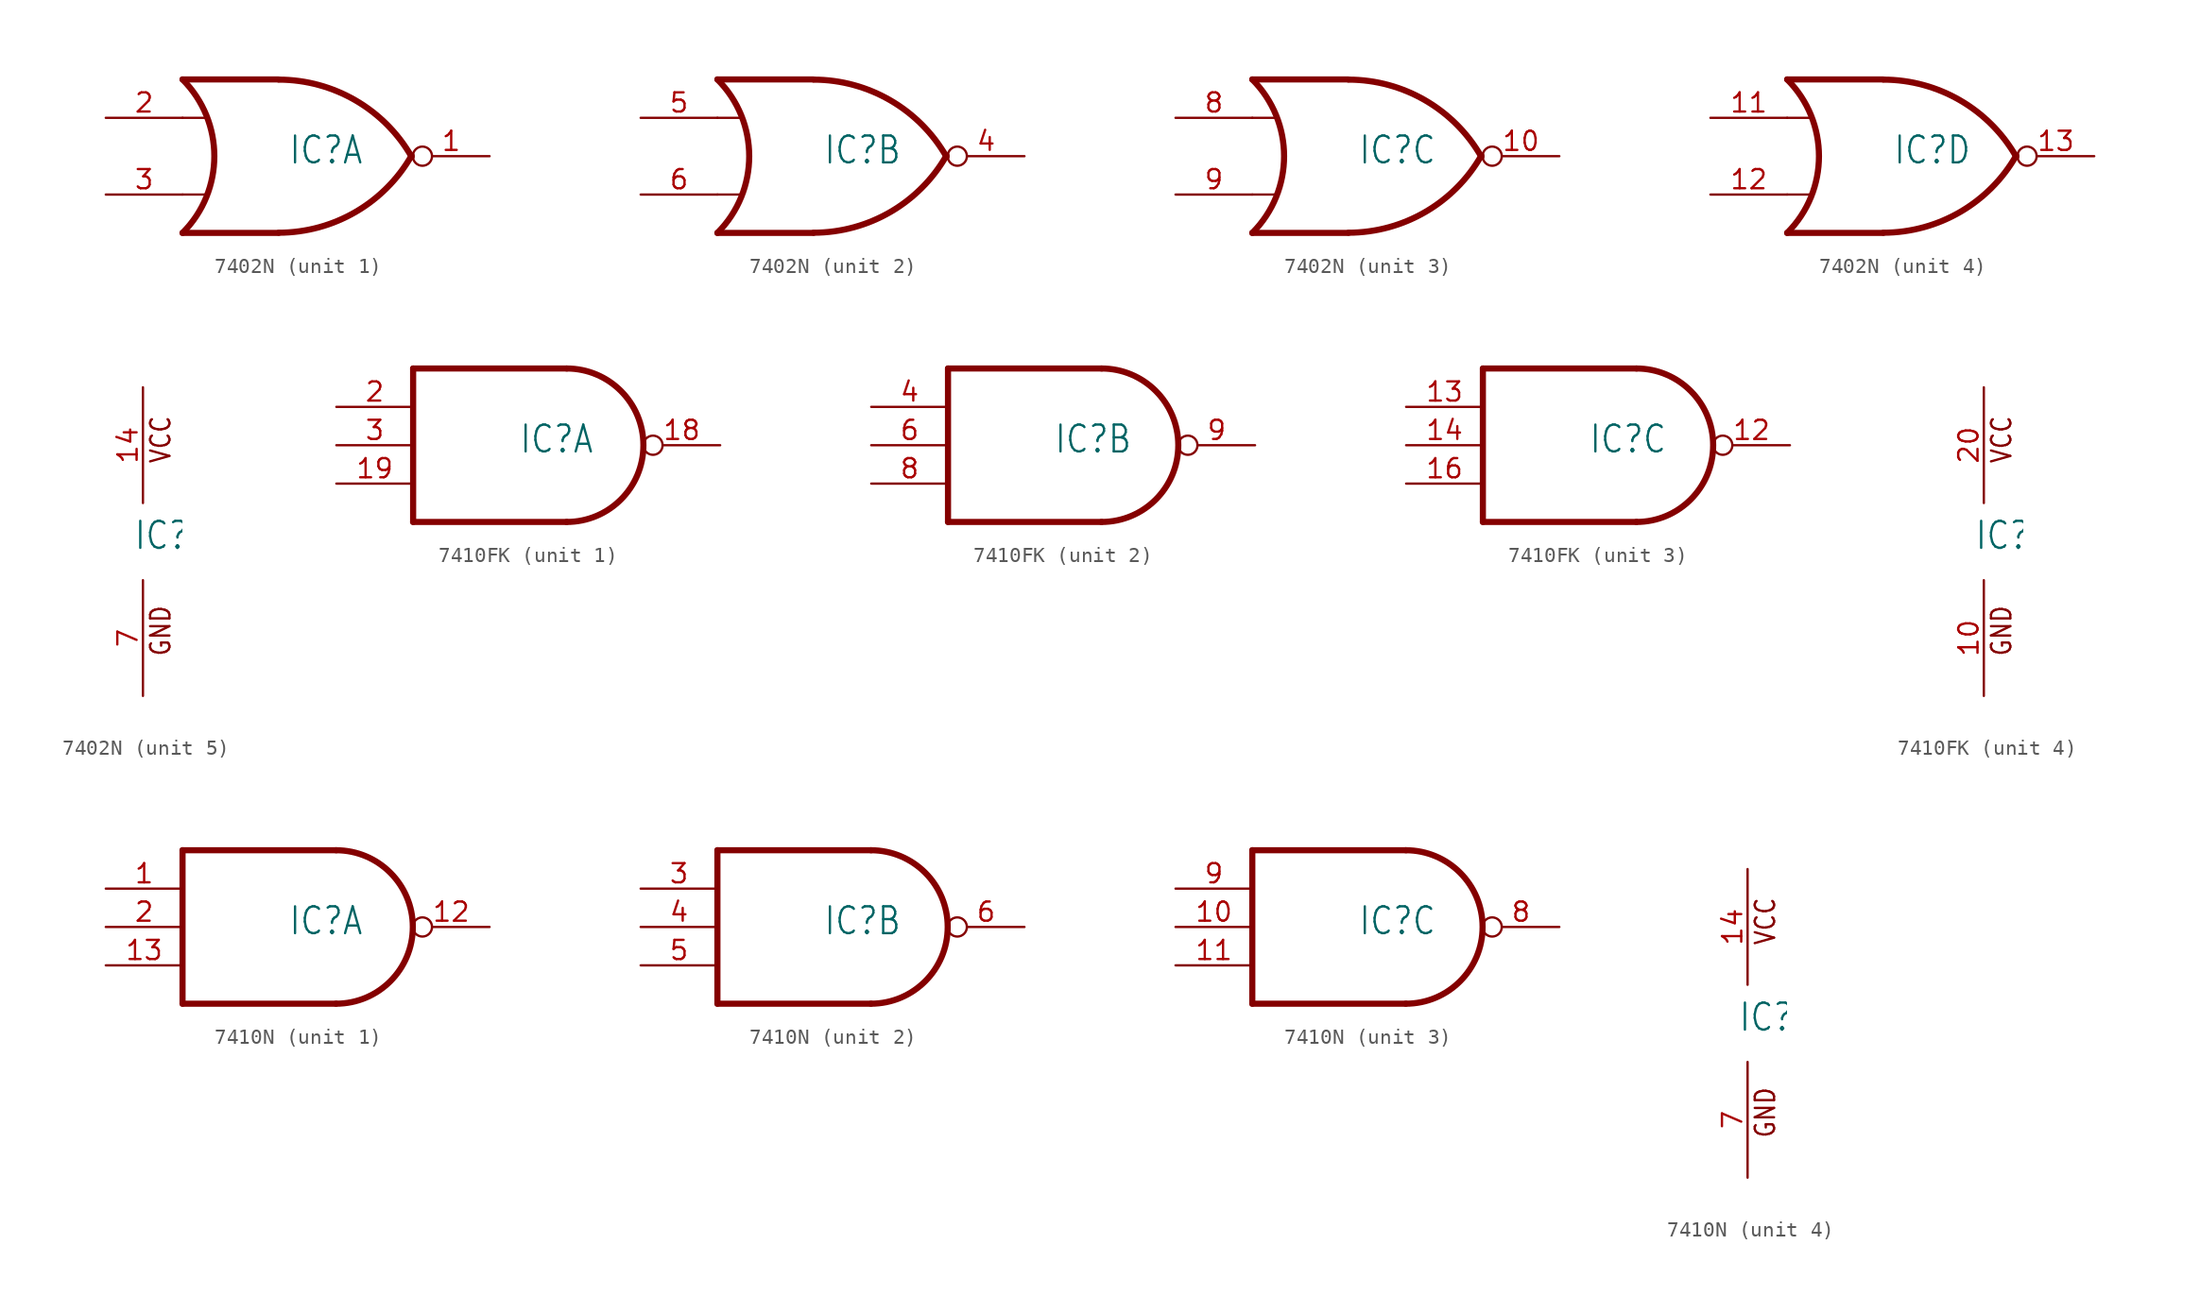
<source format=kicad_sym>
(kicad_symbol_lib
  (version 20211014)
  (generator kicad_symbol_editor)
  (symbol "7402N"
    (property "Reference" "IC"
      (at -0.635 -0.635 0)
      (effects (font (size 1.778 1.511)) (justify left bottom)))
    (property "ki_locked" ""
      (at 0 0 0)
      (effects (font (size 1.27 1.27))))
    (symbol "7402N_1_0"
      (arc (start -7.62 -5.08) (mid -5.5158 0) (end -7.62 5.08) (stroke (width 0.4064) (type default) (color 0 0 0 0)) (fill (type none)))
      (arc (start -1.2446 -5.0678) (mid 3.8372 -3.689) (end 7.5439 0.0507) (stroke (width 0.4064) (type default) (color 0 0 0 0)) (fill (type none)))
      (polyline (pts (xy -7.62 -2.54) (xy -6.096 -2.54)) (stroke (width 0.152) (type default) (color 0 0 0 0)) (fill (type none)))
      (polyline (pts (xy -7.62 2.54) (xy -6.096 2.54)) (stroke (width 0.152) (type default) (color 0 0 0 0)) (fill (type none)))
      (polyline (pts (xy -1.27 -5.08) (xy -7.62 -5.08)) (stroke (width 0.406) (type default) (color 0 0 0 0)) (fill (type none)))
      (polyline (pts (xy -1.27 5.08) (xy -7.62 5.08)) (stroke (width 0.406) (type default) (color 0 0 0 0)) (fill (type none)))
      (arc (start 7.5442 -0.0505) (mid 3.8373 3.6892) (end -1.2446 5.0678) (stroke (width 0.4064) (type default) (color 0 0 0 0)) (fill (type none)))
      (pin output inverted (at 12.7 0 180) (length 5.08) (name "O" (effects (font (size 0 0)))) (number "1" (effects (font (size 1.27 1.27)))))
      (pin input line (at -12.7 2.54 0) (length 5.08) (name "I0" (effects (font (size 0 0)))) (number "2" (effects (font (size 1.27 1.27)))))
      (pin input line (at -12.7 -2.54 0) (length 5.08) (name "I1" (effects (font (size 0 0)))) (number "3" (effects (font (size 1.27 1.27))))))
    (symbol "7402N_2_0"
      (arc (start -7.62 -5.08) (mid -5.5158 0) (end -7.62 5.08) (stroke (width 0.4064) (type default) (color 0 0 0 0)) (fill (type none)))
      (arc (start -1.2446 -5.0678) (mid 3.8372 -3.689) (end 7.5439 0.0507) (stroke (width 0.4064) (type default) (color 0 0 0 0)) (fill (type none)))
      (polyline (pts (xy -7.62 -2.54) (xy -6.096 -2.54)) (stroke (width 0.152) (type default) (color 0 0 0 0)) (fill (type none)))
      (polyline (pts (xy -7.62 2.54) (xy -6.096 2.54)) (stroke (width 0.152) (type default) (color 0 0 0 0)) (fill (type none)))
      (polyline (pts (xy -1.27 -5.08) (xy -7.62 -5.08)) (stroke (width 0.406) (type default) (color 0 0 0 0)) (fill (type none)))
      (polyline (pts (xy -1.27 5.08) (xy -7.62 5.08)) (stroke (width 0.406) (type default) (color 0 0 0 0)) (fill (type none)))
      (arc (start 7.5442 -0.0505) (mid 3.8373 3.6892) (end -1.2446 5.0678) (stroke (width 0.4064) (type default) (color 0 0 0 0)) (fill (type none)))
      (pin output inverted (at 12.7 0 180) (length 5.08) (name "O" (effects (font (size 0 0)))) (number "4" (effects (font (size 1.27 1.27)))))
      (pin input line (at -12.7 2.54 0) (length 5.08) (name "I0" (effects (font (size 0 0)))) (number "5" (effects (font (size 1.27 1.27)))))
      (pin input line (at -12.7 -2.54 0) (length 5.08) (name "I1" (effects (font (size 0 0)))) (number "6" (effects (font (size 1.27 1.27))))))
    (symbol "7402N_3_0"
      (arc (start -7.62 -5.08) (mid -5.5158 0) (end -7.62 5.08) (stroke (width 0.4064) (type default) (color 0 0 0 0)) (fill (type none)))
      (arc (start -1.2446 -5.0678) (mid 3.8372 -3.689) (end 7.5439 0.0507) (stroke (width 0.4064) (type default) (color 0 0 0 0)) (fill (type none)))
      (polyline (pts (xy -7.62 -2.54) (xy -6.096 -2.54)) (stroke (width 0.152) (type default) (color 0 0 0 0)) (fill (type none)))
      (polyline (pts (xy -7.62 2.54) (xy -6.096 2.54)) (stroke (width 0.152) (type default) (color 0 0 0 0)) (fill (type none)))
      (polyline (pts (xy -1.27 -5.08) (xy -7.62 -5.08)) (stroke (width 0.406) (type default) (color 0 0 0 0)) (fill (type none)))
      (polyline (pts (xy -1.27 5.08) (xy -7.62 5.08)) (stroke (width 0.406) (type default) (color 0 0 0 0)) (fill (type none)))
      (arc (start 7.5442 -0.0505) (mid 3.8373 3.6892) (end -1.2446 5.0678) (stroke (width 0.4064) (type default) (color 0 0 0 0)) (fill (type none)))
      (pin output inverted (at 12.7 0 180) (length 5.08) (name "O" (effects (font (size 0 0)))) (number "10" (effects (font (size 1.27 1.27)))))
      (pin input line (at -12.7 2.54 0) (length 5.08) (name "I0" (effects (font (size 0 0)))) (number "8" (effects (font (size 1.27 1.27)))))
      (pin input line (at -12.7 -2.54 0) (length 5.08) (name "I1" (effects (font (size 0 0)))) (number "9" (effects (font (size 1.27 1.27))))))
    (symbol "7402N_4_0"
      (arc (start -7.62 -5.08) (mid -5.5158 0) (end -7.62 5.08) (stroke (width 0.4064) (type default) (color 0 0 0 0)) (fill (type none)))
      (arc (start -1.2446 -5.0678) (mid 3.8372 -3.689) (end 7.5439 0.0507) (stroke (width 0.4064) (type default) (color 0 0 0 0)) (fill (type none)))
      (polyline (pts (xy -7.62 -2.54) (xy -6.096 -2.54)) (stroke (width 0.152) (type default) (color 0 0 0 0)) (fill (type none)))
      (polyline (pts (xy -7.62 2.54) (xy -6.096 2.54)) (stroke (width 0.152) (type default) (color 0 0 0 0)) (fill (type none)))
      (polyline (pts (xy -1.27 -5.08) (xy -7.62 -5.08)) (stroke (width 0.406) (type default) (color 0 0 0 0)) (fill (type none)))
      (polyline (pts (xy -1.27 5.08) (xy -7.62 5.08)) (stroke (width 0.406) (type default) (color 0 0 0 0)) (fill (type none)))
      (arc (start 7.5442 -0.0505) (mid 3.8373 3.6892) (end -1.2446 5.0678) (stroke (width 0.4064) (type default) (color 0 0 0 0)) (fill (type none)))
      (pin input line (at -12.7 2.54 0) (length 5.08) (name "I0" (effects (font (size 0 0)))) (number "11" (effects (font (size 1.27 1.27)))))
      (pin input line (at -12.7 -2.54 0) (length 5.08) (name "I1" (effects (font (size 0 0)))) (number "12" (effects (font (size 1.27 1.27)))))
      (pin output inverted (at 12.7 0 180) (length 5.08) (name "O" (effects (font (size 0 0)))) (number "13" (effects (font (size 1.27 1.27))))))
    (symbol "7402N_5_0"
      (text "GND" (at 1.905 -7.62 900) (effects (font (size 1.27 1.079)) (justify left bottom)))
      (text "VCC" (at 1.905 5.08 900) (effects (font (size 1.27 1.079)) (justify left bottom)))
      (pin power_in line (at 0 10.16 270) (length 7.62) (name "VCC" (effects (font (size 0 0)))) (number "14" (effects (font (size 1.27 1.27)))))
      (pin power_in line (at 0 -10.16 90) (length 7.62) (name "GND" (effects (font (size 0 0)))) (number "7" (effects (font (size 1.27 1.27)))))))
  (symbol "7410FK"
    (property "Reference" "IC"
      (at -0.635 -0.635 0)
      (effects (font (size 1.778 1.511)) (justify left bottom)))
    (property "ki_locked" ""
      (at 0 0 0)
      (effects (font (size 1.27 1.27))))
    (symbol "7410FK_1_0"
      (polyline (pts (xy -7.62 -5.08) (xy 2.54 -5.08)) (stroke (width 0.406) (type default) (color 0 0 0 0)) (fill (type none)))
      (polyline (pts (xy -7.62 5.08) (xy -7.62 -5.08)) (stroke (width 0.406) (type default) (color 0 0 0 0)) (fill (type none)))
      (polyline (pts (xy 2.54 5.08) (xy -7.62 5.08)) (stroke (width 0.406) (type default) (color 0 0 0 0)) (fill (type none)))
      (arc (start 2.54 -5.08) (mid 7.6199 0) (end 2.54 5.08) (stroke (width 0.4064) (type default) (color 0 0 0 0)) (fill (type none)))
      (pin output inverted (at 12.7 0 180) (length 5.08) (name "O" (effects (font (size 0 0)))) (number "18" (effects (font (size 1.27 1.27)))))
      (pin input line (at -12.7 -2.54 0) (length 5.08) (name "I2" (effects (font (size 0 0)))) (number "19" (effects (font (size 1.27 1.27)))))
      (pin input line (at -12.7 2.54 0) (length 5.08) (name "I0" (effects (font (size 0 0)))) (number "2" (effects (font (size 1.27 1.27)))))
      (pin input line (at -12.7 0 0) (length 5.08) (name "I1" (effects (font (size 0 0)))) (number "3" (effects (font (size 1.27 1.27))))))
    (symbol "7410FK_2_0"
      (polyline (pts (xy -7.62 -5.08) (xy 2.54 -5.08)) (stroke (width 0.406) (type default) (color 0 0 0 0)) (fill (type none)))
      (polyline (pts (xy -7.62 5.08) (xy -7.62 -5.08)) (stroke (width 0.406) (type default) (color 0 0 0 0)) (fill (type none)))
      (polyline (pts (xy 2.54 5.08) (xy -7.62 5.08)) (stroke (width 0.406) (type default) (color 0 0 0 0)) (fill (type none)))
      (arc (start 2.54 -5.08) (mid 7.6199 0) (end 2.54 5.08) (stroke (width 0.4064) (type default) (color 0 0 0 0)) (fill (type none)))
      (pin input line (at -12.7 2.54 0) (length 5.08) (name "I0" (effects (font (size 0 0)))) (number "4" (effects (font (size 1.27 1.27)))))
      (pin input line (at -12.7 0 0) (length 5.08) (name "I1" (effects (font (size 0 0)))) (number "6" (effects (font (size 1.27 1.27)))))
      (pin input line (at -12.7 -2.54 0) (length 5.08) (name "I2" (effects (font (size 0 0)))) (number "8" (effects (font (size 1.27 1.27)))))
      (pin output inverted (at 12.7 0 180) (length 5.08) (name "O" (effects (font (size 0 0)))) (number "9" (effects (font (size 1.27 1.27))))))
    (symbol "7410FK_3_0"
      (polyline (pts (xy -7.62 -5.08) (xy 2.54 -5.08)) (stroke (width 0.406) (type default) (color 0 0 0 0)) (fill (type none)))
      (polyline (pts (xy -7.62 5.08) (xy -7.62 -5.08)) (stroke (width 0.406) (type default) (color 0 0 0 0)) (fill (type none)))
      (polyline (pts (xy 2.54 5.08) (xy -7.62 5.08)) (stroke (width 0.406) (type default) (color 0 0 0 0)) (fill (type none)))
      (arc (start 2.54 -5.08) (mid 7.6199 0) (end 2.54 5.08) (stroke (width 0.4064) (type default) (color 0 0 0 0)) (fill (type none)))
      (pin output inverted (at 12.7 0 180) (length 5.08) (name "O" (effects (font (size 0 0)))) (number "12" (effects (font (size 1.27 1.27)))))
      (pin input line (at -12.7 2.54 0) (length 5.08) (name "I0" (effects (font (size 0 0)))) (number "13" (effects (font (size 1.27 1.27)))))
      (pin input line (at -12.7 0 0) (length 5.08) (name "I1" (effects (font (size 0 0)))) (number "14" (effects (font (size 1.27 1.27)))))
      (pin input line (at -12.7 -2.54 0) (length 5.08) (name "I2" (effects (font (size 0 0)))) (number "16" (effects (font (size 1.27 1.27))))))
    (symbol "7410FK_4_0"
      (text "GND" (at 1.905 -7.62 900) (effects (font (size 1.27 1.079)) (justify left bottom)))
      (text "VCC" (at 1.905 5.08 900) (effects (font (size 1.27 1.079)) (justify left bottom)))
      (pin power_in line (at 0 -10.16 90) (length 7.62) (name "GND" (effects (font (size 0 0)))) (number "10" (effects (font (size 1.27 1.27)))))
      (pin power_in line (at 0 10.16 270) (length 7.62) (name "VCC" (effects (font (size 0 0)))) (number "20" (effects (font (size 1.27 1.27)))))))
  (symbol "7410N"
    (property "Reference" "IC"
      (at -0.635 -0.635 0)
      (effects (font (size 1.778 1.511)) (justify left bottom)))
    (property "ki_locked" ""
      (at 0 0 0)
      (effects (font (size 1.27 1.27))))
    (symbol "7410N_1_0"
      (polyline (pts (xy -7.62 -5.08) (xy 2.54 -5.08)) (stroke (width 0.406) (type default) (color 0 0 0 0)) (fill (type none)))
      (polyline (pts (xy -7.62 5.08) (xy -7.62 -5.08)) (stroke (width 0.406) (type default) (color 0 0 0 0)) (fill (type none)))
      (polyline (pts (xy 2.54 5.08) (xy -7.62 5.08)) (stroke (width 0.406) (type default) (color 0 0 0 0)) (fill (type none)))
      (arc (start 2.54 -5.08) (mid 7.6199 0) (end 2.54 5.08) (stroke (width 0.4064) (type default) (color 0 0 0 0)) (fill (type none)))
      (pin input line (at -12.7 2.54 0) (length 5.08) (name "I0" (effects (font (size 0 0)))) (number "1" (effects (font (size 1.27 1.27)))))
      (pin output inverted (at 12.7 0 180) (length 5.08) (name "O" (effects (font (size 0 0)))) (number "12" (effects (font (size 1.27 1.27)))))
      (pin input line (at -12.7 -2.54 0) (length 5.08) (name "I2" (effects (font (size 0 0)))) (number "13" (effects (font (size 1.27 1.27)))))
      (pin input line (at -12.7 0 0) (length 5.08) (name "I1" (effects (font (size 0 0)))) (number "2" (effects (font (size 1.27 1.27))))))
    (symbol "7410N_2_0"
      (polyline (pts (xy -7.62 -5.08) (xy 2.54 -5.08)) (stroke (width 0.406) (type default) (color 0 0 0 0)) (fill (type none)))
      (polyline (pts (xy -7.62 5.08) (xy -7.62 -5.08)) (stroke (width 0.406) (type default) (color 0 0 0 0)) (fill (type none)))
      (polyline (pts (xy 2.54 5.08) (xy -7.62 5.08)) (stroke (width 0.406) (type default) (color 0 0 0 0)) (fill (type none)))
      (arc (start 2.54 -5.08) (mid 7.6199 0) (end 2.54 5.08) (stroke (width 0.4064) (type default) (color 0 0 0 0)) (fill (type none)))
      (pin input line (at -12.7 2.54 0) (length 5.08) (name "I0" (effects (font (size 0 0)))) (number "3" (effects (font (size 1.27 1.27)))))
      (pin input line (at -12.7 0 0) (length 5.08) (name "I1" (effects (font (size 0 0)))) (number "4" (effects (font (size 1.27 1.27)))))
      (pin input line (at -12.7 -2.54 0) (length 5.08) (name "I2" (effects (font (size 0 0)))) (number "5" (effects (font (size 1.27 1.27)))))
      (pin output inverted (at 12.7 0 180) (length 5.08) (name "O" (effects (font (size 0 0)))) (number "6" (effects (font (size 1.27 1.27))))))
    (symbol "7410N_3_0"
      (polyline (pts (xy -7.62 -5.08) (xy 2.54 -5.08)) (stroke (width 0.406) (type default) (color 0 0 0 0)) (fill (type none)))
      (polyline (pts (xy -7.62 5.08) (xy -7.62 -5.08)) (stroke (width 0.406) (type default) (color 0 0 0 0)) (fill (type none)))
      (polyline (pts (xy 2.54 5.08) (xy -7.62 5.08)) (stroke (width 0.406) (type default) (color 0 0 0 0)) (fill (type none)))
      (arc (start 2.54 -5.08) (mid 7.6199 0) (end 2.54 5.08) (stroke (width 0.4064) (type default) (color 0 0 0 0)) (fill (type none)))
      (pin input line (at -12.7 0 0) (length 5.08) (name "I1" (effects (font (size 0 0)))) (number "10" (effects (font (size 1.27 1.27)))))
      (pin input line (at -12.7 -2.54 0) (length 5.08) (name "I2" (effects (font (size 0 0)))) (number "11" (effects (font (size 1.27 1.27)))))
      (pin output inverted (at 12.7 0 180) (length 5.08) (name "O" (effects (font (size 0 0)))) (number "8" (effects (font (size 1.27 1.27)))))
      (pin input line (at -12.7 2.54 0) (length 5.08) (name "I0" (effects (font (size 0 0)))) (number "9" (effects (font (size 1.27 1.27))))))
    (symbol "7410N_4_0"
      (text "GND" (at 1.905 -7.62 900) (effects (font (size 1.27 1.079)) (justify left bottom)))
      (text "VCC" (at 1.905 5.08 900) (effects (font (size 1.27 1.079)) (justify left bottom)))
      (pin power_in line (at 0 10.16 270) (length 7.62) (name "VCC" (effects (font (size 0 0)))) (number "14" (effects (font (size 1.27 1.27)))))
      (pin power_in line (at 0 -10.16 90) (length 7.62) (name "GND" (effects (font (size 0 0)))) (number "7" (effects (font (size 1.27 1.27))))))))
</source>
